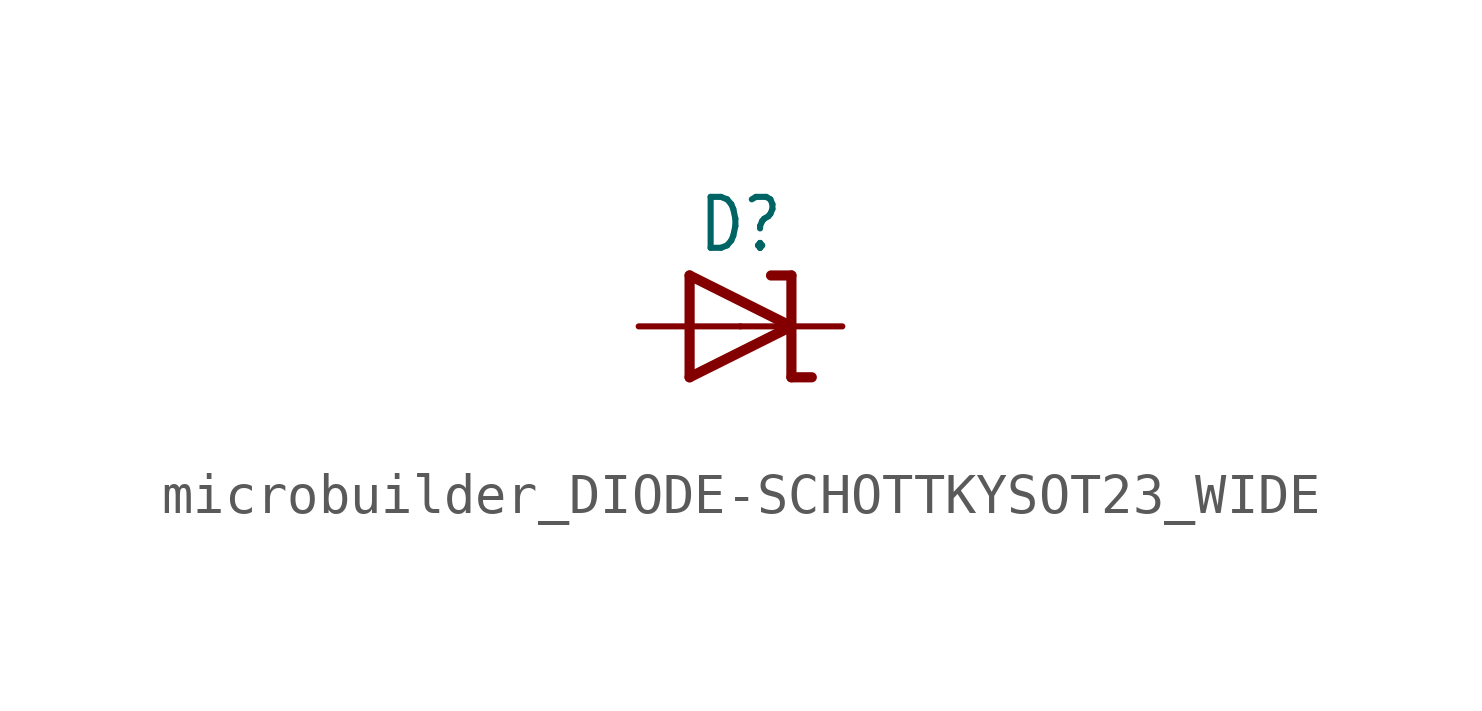
<source format=kicad_sym>
(kicad_symbol_lib
  (version 20241209)
  (generator "kicad_symbol_editor")
  (generator_version "9.0")
  (symbol "microbuilder_DIODE-SCHOTTKYSOT23_WIDE"
    (property "Reference" "D"
      (at 0 2.54 0)
      (effects (font (size 1.27 1.079))))
    (property "Value" ""
      (at 0 -2.5 0)
      (effects (font (size 1.27 1.079))))
    (property "ki_locked" ""
      (at 0 0 0)
      (effects (font (size 1.27 1.27))))
    (symbol "microbuilder_DIODE-SCHOTTKYSOT23_WIDE_1_0"
      (polyline (pts (xy -1.27 1.27) (xy -1.27 -1.27)) (stroke (width 0.254) (type solid)) (fill (type none)))
      (polyline (pts (xy -1.27 -1.27) (xy 1.27 0)) (stroke (width 0.254) (type solid)) (fill (type none)))
      (polyline (pts (xy 1.27 1.27) (xy 0.762 1.27)) (stroke (width 0.254) (type solid)) (fill (type none)))
      (polyline (pts (xy 1.27 1.27) (xy 1.27 0)) (stroke (width 0.254) (type solid)) (fill (type none)))
      (polyline (pts (xy 1.27 0) (xy -1.27 1.27)) (stroke (width 0.254) (type solid)) (fill (type none)))
      (polyline (pts (xy 1.27 0) (xy 1.27 -1.27)) (stroke (width 0.254) (type solid)) (fill (type none)))
      (polyline (pts (xy 1.27 -1.27) (xy 1.778 -1.27)) (stroke (width 0.254) (type solid)) (fill (type none)))
      (pin passive line (at -2.54 0 0) (length 2.54) (name "A" (effects (font (size 0 0)))) (number "1" (effects (font (size 0 0)))))
      (pin passive line (at 2.54 0 180) (length 2.54) (name "C" (effects (font (size 0 0)))) (number "3" (effects (font (size 0 0))))))))
</source>
